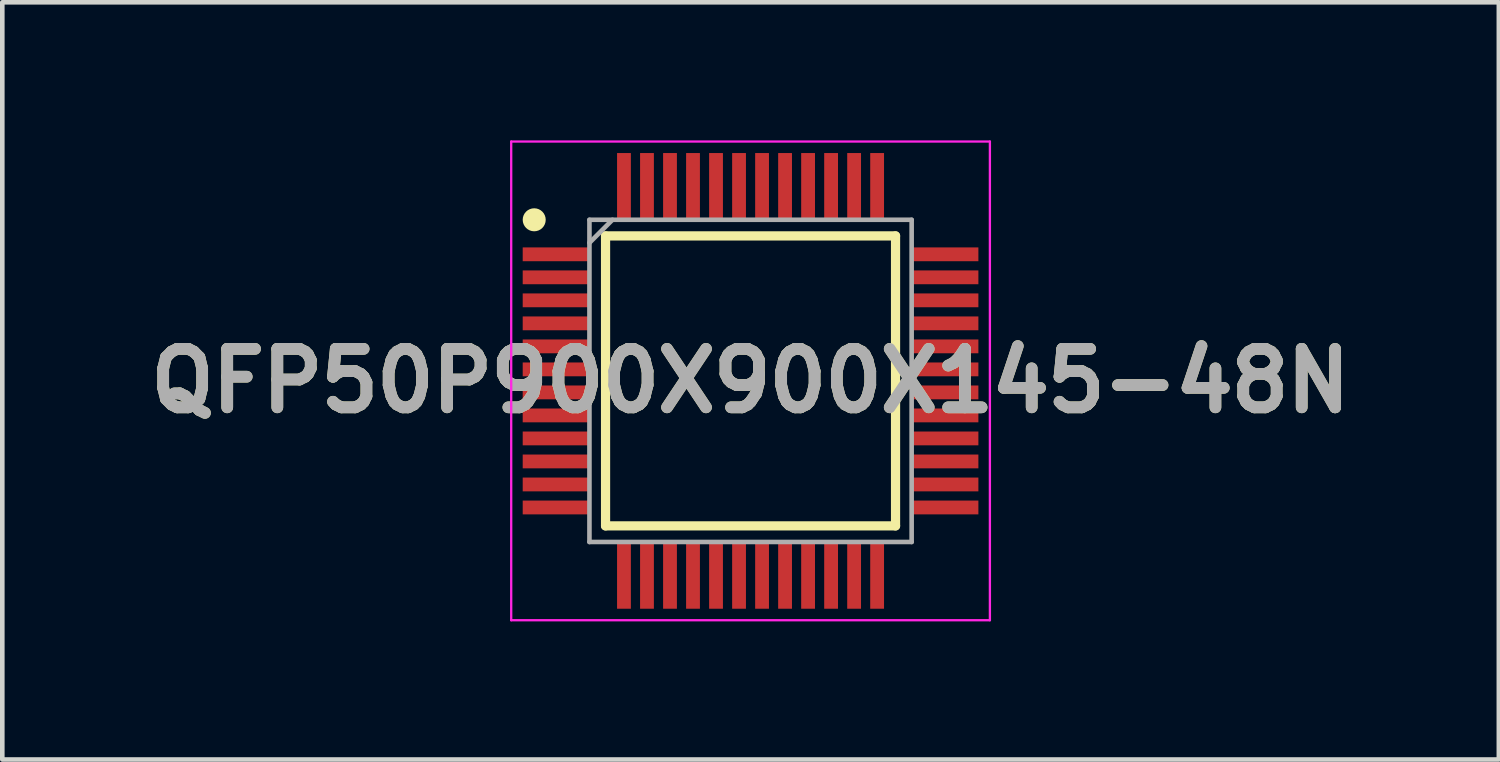
<source format=kicad_pcb>
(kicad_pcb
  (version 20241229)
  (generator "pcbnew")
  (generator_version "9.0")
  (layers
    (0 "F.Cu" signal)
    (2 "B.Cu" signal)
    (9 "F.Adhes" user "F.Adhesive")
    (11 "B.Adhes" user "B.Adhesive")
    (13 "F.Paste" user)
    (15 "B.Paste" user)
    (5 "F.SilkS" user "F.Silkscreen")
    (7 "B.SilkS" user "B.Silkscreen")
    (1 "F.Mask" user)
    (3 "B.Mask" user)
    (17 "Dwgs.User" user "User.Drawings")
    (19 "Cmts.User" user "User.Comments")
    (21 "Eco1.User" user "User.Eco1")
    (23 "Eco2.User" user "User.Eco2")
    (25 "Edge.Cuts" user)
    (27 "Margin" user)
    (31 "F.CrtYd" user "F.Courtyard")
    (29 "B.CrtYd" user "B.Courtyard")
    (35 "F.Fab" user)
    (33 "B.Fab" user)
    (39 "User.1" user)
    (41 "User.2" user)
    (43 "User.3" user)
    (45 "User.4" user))
  (footprint "QFP50P900X900X145-48N"
    (layer "F.Cu")
    (at 13.256 5.225)
    (property "Reference" "QFP50P900X900X145-48N" (at 0 0 0) (layer "F.SilkS") (effects (font (size 1.27 1.27) (thickness 0.254))))
    (attr smd)
    (fp_line (start -3.15 -3.15) (end 3.15 -3.15) (stroke (width 0.2) (type solid)) (layer "F.SilkS"))
    (fp_line (start -3.15 3.15) (end -3.15 -3.15) (stroke (width 0.2) (type solid)) (layer "F.SilkS"))
    (fp_line (start 3.15 -3.15) (end 3.15 3.15) (stroke (width 0.2) (type solid)) (layer "F.SilkS"))
    (fp_line (start 3.15 3.15) (end -3.15 3.15) (stroke (width 0.2) (type solid)) (layer "F.SilkS"))
    (fp_circle (center -4.7 -3.5) (end -4.7 -3.375) (stroke (width 0.25) (type solid)) (fill no) (layer "F.SilkS"))
    (fp_line (start -5.2 -5.2) (end 5.2 -5.2) (stroke (width 0.05) (type solid)) (layer "F.CrtYd"))
    (fp_line (start -5.2 5.2) (end -5.2 -5.2) (stroke (width 0.05) (type solid)) (layer "F.CrtYd"))
    (fp_line (start 5.2 -5.2) (end 5.2 5.2) (stroke (width 0.05) (type solid)) (layer "F.CrtYd"))
    (fp_line (start 5.2 5.2) (end -5.2 5.2) (stroke (width 0.05) (type solid)) (layer "F.CrtYd"))
    (fp_line (start -3.5 -3.5) (end 3.5 -3.5) (stroke (width 0.1) (type solid)) (layer "F.Fab"))
    (fp_line (start -3.5 -3) (end -3 -3.5) (stroke (width 0.1) (type solid)) (layer "F.Fab"))
    (fp_line (start -3.5 3.5) (end -3.5 -3.5) (stroke (width 0.1) (type solid)) (layer "F.Fab"))
    (fp_line (start 3.5 -3.5) (end 3.5 3.5) (stroke (width 0.1) (type solid)) (layer "F.Fab"))
    (fp_line (start 3.5 3.5) (end -3.5 3.5) (stroke (width 0.1) (type solid)) (layer "F.Fab"))
    (fp_text user "${REFERENCE}" (at 0 0 0) (layer "F.Fab") (effects (font (size 1.27 1.27) (thickness 0.254))))
    (pad "1" smd rect (at -4.225 -2.75 90) (size 0.3 1.45) (layers "F.Cu" "F.Mask" "F.Paste"))
    (pad "2" smd rect (at -4.225 -2.25 90) (size 0.3 1.45) (layers "F.Cu" "F.Mask" "F.Paste"))
    (pad "3" smd rect (at -4.225 -1.75 90) (size 0.3 1.45) (layers "F.Cu" "F.Mask" "F.Paste"))
    (pad "4" smd rect (at -4.225 -1.25 90) (size 0.3 1.45) (layers "F.Cu" "F.Mask" "F.Paste"))
    (pad "5" smd rect (at -4.225 -0.75 90) (size 0.3 1.45) (layers "F.Cu" "F.Mask" "F.Paste"))
    (pad "6" smd rect (at -4.225 -0.25 90) (size 0.3 1.45) (layers "F.Cu" "F.Mask" "F.Paste"))
    (pad "7" smd rect (at -4.225 0.25 90) (size 0.3 1.45) (layers "F.Cu" "F.Mask" "F.Paste"))
    (pad "8" smd rect (at -4.225 0.75 90) (size 0.3 1.45) (layers "F.Cu" "F.Mask" "F.Paste"))
    (pad "9" smd rect (at -4.225 1.25 90) (size 0.3 1.45) (layers "F.Cu" "F.Mask" "F.Paste"))
    (pad "10" smd rect (at -4.225 1.75 90) (size 0.3 1.45) (layers "F.Cu" "F.Mask" "F.Paste"))
    (pad "11" smd rect (at -4.225 2.25 90) (size 0.3 1.45) (layers "F.Cu" "F.Mask" "F.Paste"))
    (pad "12" smd rect (at -4.225 2.75 90) (size 0.3 1.45) (layers "F.Cu" "F.Mask" "F.Paste"))
    (pad "13" smd rect (at -2.75 4.225) (size 0.3 1.45) (layers "F.Cu" "F.Mask" "F.Paste"))
    (pad "14" smd rect (at -2.25 4.225) (size 0.3 1.45) (layers "F.Cu" "F.Mask" "F.Paste"))
    (pad "15" smd rect (at -1.75 4.225) (size 0.3 1.45) (layers "F.Cu" "F.Mask" "F.Paste"))
    (pad "16" smd rect (at -1.25 4.225) (size 0.3 1.45) (layers "F.Cu" "F.Mask" "F.Paste"))
    (pad "17" smd rect (at -0.75 4.225) (size 0.3 1.45) (layers "F.Cu" "F.Mask" "F.Paste"))
    (pad "18" smd rect (at -0.25 4.225) (size 0.3 1.45) (layers "F.Cu" "F.Mask" "F.Paste"))
    (pad "19" smd rect (at 0.25 4.225) (size 0.3 1.45) (layers "F.Cu" "F.Mask" "F.Paste"))
    (pad "20" smd rect (at 0.75 4.225) (size 0.3 1.45) (layers "F.Cu" "F.Mask" "F.Paste"))
    (pad "21" smd rect (at 1.25 4.225) (size 0.3 1.45) (layers "F.Cu" "F.Mask" "F.Paste"))
    (pad "22" smd rect (at 1.75 4.225) (size 0.3 1.45) (layers "F.Cu" "F.Mask" "F.Paste"))
    (pad "23" smd rect (at 2.25 4.225) (size 0.3 1.45) (layers "F.Cu" "F.Mask" "F.Paste"))
    (pad "24" smd rect (at 2.75 4.225) (size 0.3 1.45) (layers "F.Cu" "F.Mask" "F.Paste"))
    (pad "25" smd rect (at 4.225 2.75 90) (size 0.3 1.45) (layers "F.Cu" "F.Mask" "F.Paste"))
    (pad "26" smd rect (at 4.225 2.25 90) (size 0.3 1.45) (layers "F.Cu" "F.Mask" "F.Paste"))
    (pad "27" smd rect (at 4.225 1.75 90) (size 0.3 1.45) (layers "F.Cu" "F.Mask" "F.Paste"))
    (pad "28" smd rect (at 4.225 1.25 90) (size 0.3 1.45) (layers "F.Cu" "F.Mask" "F.Paste"))
    (pad "29" smd rect (at 4.225 0.75 90) (size 0.3 1.45) (layers "F.Cu" "F.Mask" "F.Paste"))
    (pad "30" smd rect (at 4.225 0.25 90) (size 0.3 1.45) (layers "F.Cu" "F.Mask" "F.Paste"))
    (pad "31" smd rect (at 4.225 -0.25 90) (size 0.3 1.45) (layers "F.Cu" "F.Mask" "F.Paste"))
    (pad "32" smd rect (at 4.225 -0.75 90) (size 0.3 1.45) (layers "F.Cu" "F.Mask" "F.Paste"))
    (pad "33" smd rect (at 4.225 -1.25 90) (size 0.3 1.45) (layers "F.Cu" "F.Mask" "F.Paste"))
    (pad "34" smd rect (at 4.225 -1.75 90) (size 0.3 1.45) (layers "F.Cu" "F.Mask" "F.Paste"))
    (pad "35" smd rect (at 4.225 -2.25 90) (size 0.3 1.45) (layers "F.Cu" "F.Mask" "F.Paste"))
    (pad "36" smd rect (at 4.225 -2.75 90) (size 0.3 1.45) (layers "F.Cu" "F.Mask" "F.Paste"))
    (pad "37" smd rect (at 2.75 -4.225) (size 0.3 1.45) (layers "F.Cu" "F.Mask" "F.Paste"))
    (pad "38" smd rect (at 2.25 -4.225) (size 0.3 1.45) (layers "F.Cu" "F.Mask" "F.Paste"))
    (pad "39" smd rect (at 1.75 -4.225) (size 0.3 1.45) (layers "F.Cu" "F.Mask" "F.Paste"))
    (pad "40" smd rect (at 1.25 -4.225) (size 0.3 1.45) (layers "F.Cu" "F.Mask" "F.Paste"))
    (pad "41" smd rect (at 0.75 -4.225) (size 0.3 1.45) (layers "F.Cu" "F.Mask" "F.Paste"))
    (pad "42" smd rect (at 0.25 -4.225) (size 0.3 1.45) (layers "F.Cu" "F.Mask" "F.Paste"))
    (pad "43" smd rect (at -0.25 -4.225) (size 0.3 1.45) (layers "F.Cu" "F.Mask" "F.Paste"))
    (pad "44" smd rect (at -0.75 -4.225) (size 0.3 1.45) (layers "F.Cu" "F.Mask" "F.Paste"))
    (pad "45" smd rect (at -1.25 -4.225) (size 0.3 1.45) (layers "F.Cu" "F.Mask" "F.Paste"))
    (pad "46" smd rect (at -1.75 -4.225) (size 0.3 1.45) (layers "F.Cu" "F.Mask" "F.Paste"))
    (pad "47" smd rect (at -2.25 -4.225) (size 0.3 1.45) (layers "F.Cu" "F.Mask" "F.Paste"))
    (pad "48" smd rect (at -2.75 -4.225) (size 0.3 1.45) (layers "F.Cu" "F.Mask" "F.Paste")))
  (gr_rect
    (start -3 -3)
    (end 29.513 13.45)
    (stroke (width 0.1) (type default))
    (fill no)
    (layer "Edge.Cuts")))
</source>
